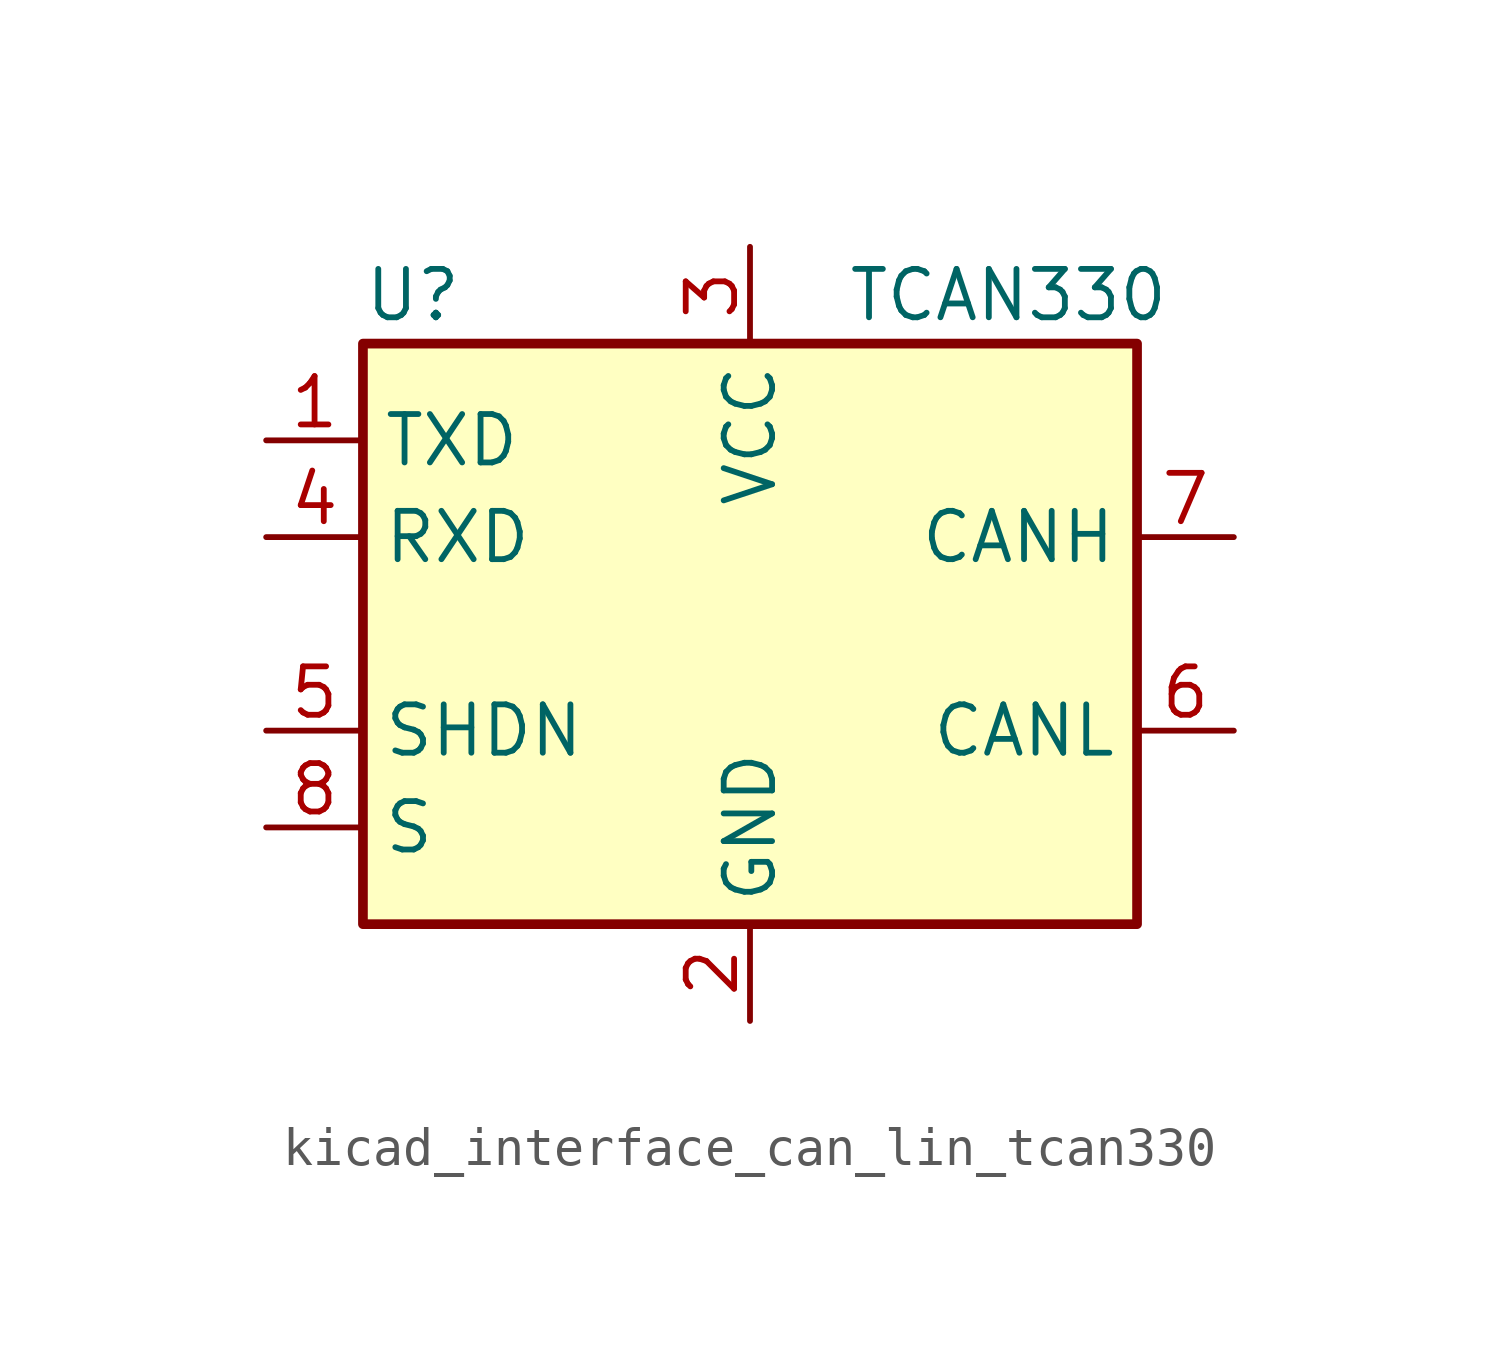
<source format=kicad_sym>
(kicad_symbol_lib
  (version 20220914)
  (generator kicad_symbol_editor)
  (symbol "kicad_interface_can_lin_tcan330"
    (property "Reference" "U"
      (at -10.16 8.89 0)
      (effects (font (size 1.27 1.27)) (justify left)))
    (property "Value" "TCAN330"
      (at 2.54 8.89 0)
      (effects (font (size 1.27 1.27)) (justify left)))
    (symbol "kicad_interface_can_lin_tcan330_0_1"
      (rectangle (start -10.16 7.62) (end 10.16 -7.62) (stroke (width 0.254) (type default)) (fill (type background))))
    (symbol "kicad_interface_can_lin_tcan330_1_1"
      (pin input line (at -12.7 5.08 0) (length 2.54) (name "TXD" (effects (font (size 1.27 1.27)))) (number "1" (effects (font (size 1.27 1.27)))))
      (pin power_in line (at 0 -10.16 90) (length 2.54) (name "GND" (effects (font (size 1.27 1.27)))) (number "2" (effects (font (size 1.27 1.27)))))
      (pin power_in line (at 0 10.16 270) (length 2.54) (name "VCC" (effects (font (size 1.27 1.27)))) (number "3" (effects (font (size 1.27 1.27)))))
      (pin tri_state line (at -12.7 2.54 0) (length 2.54) (name "RXD" (effects (font (size 1.27 1.27)))) (number "4" (effects (font (size 1.27 1.27)))))
      (pin input line (at -12.7 -2.54 0) (length 2.54) (name "SHDN" (effects (font (size 1.27 1.27)))) (number "5" (effects (font (size 1.27 1.27)))))
      (pin bidirectional line (at 12.7 -2.54 180) (length 2.54) (name "CANL" (effects (font (size 1.27 1.27)))) (number "6" (effects (font (size 1.27 1.27)))))
      (pin bidirectional line (at 12.7 2.54 180) (length 2.54) (name "CANH" (effects (font (size 1.27 1.27)))) (number "7" (effects (font (size 1.27 1.27)))))
      (pin input line (at -12.7 -5.08 0) (length 2.54) (name "S" (effects (font (size 1.27 1.27)))) (number "8" (effects (font (size 1.27 1.27))))))))
</source>
